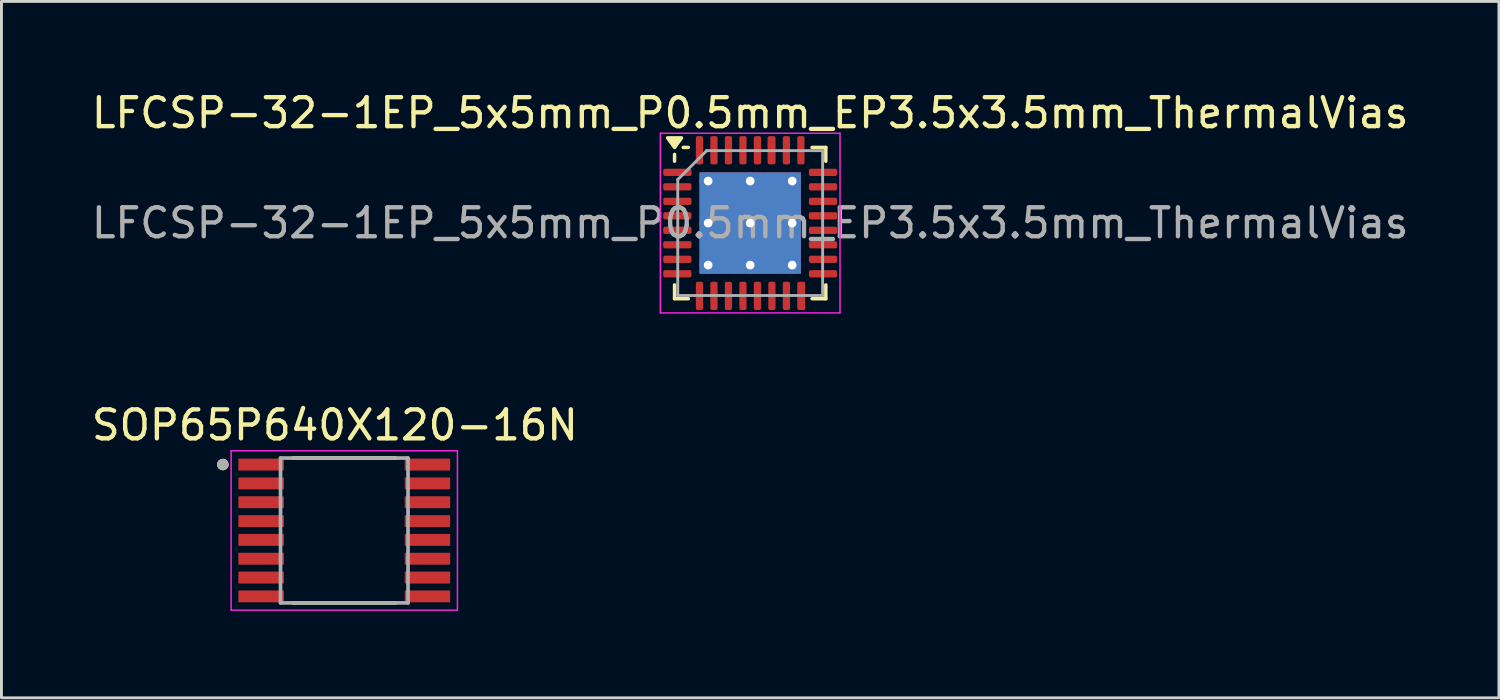
<source format=kicad_pcb>
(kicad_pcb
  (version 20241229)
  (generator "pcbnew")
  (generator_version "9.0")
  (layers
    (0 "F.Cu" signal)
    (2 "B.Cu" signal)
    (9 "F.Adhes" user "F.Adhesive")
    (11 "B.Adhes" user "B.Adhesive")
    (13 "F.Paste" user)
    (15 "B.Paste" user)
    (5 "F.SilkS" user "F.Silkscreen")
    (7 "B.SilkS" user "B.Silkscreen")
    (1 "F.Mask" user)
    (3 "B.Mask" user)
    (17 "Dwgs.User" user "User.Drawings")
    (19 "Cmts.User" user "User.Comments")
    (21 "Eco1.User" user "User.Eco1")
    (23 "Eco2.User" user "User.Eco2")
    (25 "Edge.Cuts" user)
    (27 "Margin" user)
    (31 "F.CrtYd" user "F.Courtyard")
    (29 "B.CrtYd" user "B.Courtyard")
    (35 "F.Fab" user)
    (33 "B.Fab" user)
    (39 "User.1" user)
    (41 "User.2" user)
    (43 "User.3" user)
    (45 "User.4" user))
  (footprint "SOP65P640X120-16N"
    (layer "F.Cu")
    (at 8.831 15.257)
    (property "Reference" "SOP65P640X120-16N" (at -0.325 -3.635 0) (layer "F.SilkS") (effects (font (size 1 1) (thickness 0.15))))
    (attr smd)
    (fp_line (start -1.765 -2.5) (end 1.765 -2.5) (stroke (width 0.127) (type solid)) (layer "F.SilkS"))
    (fp_line (start 1.765 2.5) (end -1.765 2.5) (stroke (width 0.127) (type solid)) (layer "F.SilkS"))
    (fp_circle (center -4.19 -2.275) (end -4.09 -2.275) (stroke (width 0.2) (type solid)) (fill no) (layer "F.SilkS"))
    (fp_line (start -3.905 -2.75) (end -3.905 2.75) (stroke (width 0.05) (type solid)) (layer "F.CrtYd"))
    (fp_line (start -3.905 -2.75) (end 3.905 -2.75) (stroke (width 0.05) (type solid)) (layer "F.CrtYd"))
    (fp_line (start -3.905 2.75) (end 3.905 2.75) (stroke (width 0.05) (type solid)) (layer "F.CrtYd"))
    (fp_line (start 3.905 -2.75) (end 3.905 2.75) (stroke (width 0.05) (type solid)) (layer "F.CrtYd"))
    (fp_line (start -2.2 -2.5) (end -2.2 2.5) (stroke (width 0.127) (type solid)) (layer "F.Fab"))
    (fp_line (start -2.2 -2.5) (end 2.2 -2.5) (stroke (width 0.127) (type solid)) (layer "F.Fab"))
    (fp_line (start -2.2 2.5) (end 2.2 2.5) (stroke (width 0.127) (type solid)) (layer "F.Fab"))
    (fp_line (start 2.2 -2.5) (end 2.2 2.5) (stroke (width 0.127) (type solid)) (layer "F.Fab"))
    (fp_circle (center -4.19 -2.275) (end -4.09 -2.275) (stroke (width 0.2) (type solid)) (fill no) (layer "F.Fab"))
    (pad "1" smd roundrect (at -2.87 -2.275) (size 1.57 0.41) (layers "F.Cu" "F.Mask" "F.Paste") (roundrect_rratio 0.05))
    (pad "2" smd roundrect (at -2.87 -1.625) (size 1.57 0.41) (layers "F.Cu" "F.Mask" "F.Paste") (roundrect_rratio 0.05))
    (pad "3" smd roundrect (at -2.87 -0.975) (size 1.57 0.41) (layers "F.Cu" "F.Mask" "F.Paste") (roundrect_rratio 0.05))
    (pad "4" smd roundrect (at -2.87 -0.325) (size 1.57 0.41) (layers "F.Cu" "F.Mask" "F.Paste") (roundrect_rratio 0.05))
    (pad "5" smd roundrect (at -2.87 0.325) (size 1.57 0.41) (layers "F.Cu" "F.Mask" "F.Paste") (roundrect_rratio 0.05))
    (pad "6" smd roundrect (at -2.87 0.975) (size 1.57 0.41) (layers "F.Cu" "F.Mask" "F.Paste") (roundrect_rratio 0.05))
    (pad "7" smd roundrect (at -2.87 1.625) (size 1.57 0.41) (layers "F.Cu" "F.Mask" "F.Paste") (roundrect_rratio 0.05))
    (pad "8" smd roundrect (at -2.87 2.275) (size 1.57 0.41) (layers "F.Cu" "F.Mask" "F.Paste") (roundrect_rratio 0.05))
    (pad "9" smd roundrect (at 2.87 2.275) (size 1.57 0.41) (layers "F.Cu" "F.Mask" "F.Paste") (roundrect_rratio 0.05))
    (pad "10" smd roundrect (at 2.87 1.625) (size 1.57 0.41) (layers "F.Cu" "F.Mask" "F.Paste") (roundrect_rratio 0.05))
    (pad "11" smd roundrect (at 2.87 0.975) (size 1.57 0.41) (layers "F.Cu" "F.Mask" "F.Paste") (roundrect_rratio 0.05))
    (pad "12" smd roundrect (at 2.87 0.325) (size 1.57 0.41) (layers "F.Cu" "F.Mask" "F.Paste") (roundrect_rratio 0.05))
    (pad "13" smd roundrect (at 2.87 -0.325) (size 1.57 0.41) (layers "F.Cu" "F.Mask" "F.Paste") (roundrect_rratio 0.05))
    (pad "14" smd roundrect (at 2.87 -0.975) (size 1.57 0.41) (layers "F.Cu" "F.Mask" "F.Paste") (roundrect_rratio 0.05))
    (pad "15" smd roundrect (at 2.87 -1.625) (size 1.57 0.41) (layers "F.Cu" "F.Mask" "F.Paste") (roundrect_rratio 0.05))
    (pad "16" smd roundrect (at 2.87 -2.275) (size 1.57 0.41) (layers "F.Cu" "F.Mask" "F.Paste") (roundrect_rratio 0.05)))
  (footprint "LFCSP-32-1EP_5x5mm_P0.5mm_EP3.5x3.5mm_ThermalVias"
    (layer "F.Cu")
    (at 22.839 4.648)
    (property "Reference" "LFCSP-32-1EP_5x5mm_P0.5mm_EP3.5x3.5mm_ThermalVias" (at 0 -3.8 0) (layer "F.SilkS") (effects (font (size 1 1) (thickness 0.15))))
    (attr smd)
    (fp_line (start -2.61 -2.135) (end -2.61 -2.37) (stroke (width 0.12) (type solid)) (layer "F.SilkS"))
    (fp_line (start -2.61 2.61) (end -2.61 2.135) (stroke (width 0.12) (type solid)) (layer "F.SilkS"))
    (fp_line (start -2.135 -2.61) (end -2.31 -2.61) (stroke (width 0.12) (type solid)) (layer "F.SilkS"))
    (fp_line (start -2.135 2.61) (end -2.61 2.61) (stroke (width 0.12) (type solid)) (layer "F.SilkS"))
    (fp_line (start 2.135 -2.61) (end 2.61 -2.61) (stroke (width 0.12) (type solid)) (layer "F.SilkS"))
    (fp_line (start 2.135 2.61) (end 2.61 2.61) (stroke (width 0.12) (type solid)) (layer "F.SilkS"))
    (fp_line (start 2.61 -2.61) (end 2.61 -2.135) (stroke (width 0.12) (type solid)) (layer "F.SilkS"))
    (fp_line (start 2.61 2.61) (end 2.61 2.135) (stroke (width 0.12) (type solid)) (layer "F.SilkS"))
    (fp_poly (pts (xy -2.61 -2.61) (xy -2.85 -2.94) (xy -2.37 -2.94) (xy -2.61 -2.61)) (stroke (width 0.12) (type solid)) (fill yes) (layer "F.SilkS"))
    (fp_line (start -3.1 -3.1) (end -3.1 3.1) (stroke (width 0.05) (type solid)) (layer "F.CrtYd"))
    (fp_line (start -3.1 3.1) (end 3.1 3.1) (stroke (width 0.05) (type solid)) (layer "F.CrtYd"))
    (fp_line (start 3.1 -3.1) (end -3.1 -3.1) (stroke (width 0.05) (type solid)) (layer "F.CrtYd"))
    (fp_line (start 3.1 3.1) (end 3.1 -3.1) (stroke (width 0.05) (type solid)) (layer "F.CrtYd"))
    (fp_line (start -2.5 -1.5) (end -1.5 -2.5) (stroke (width 0.1) (type solid)) (layer "F.Fab"))
    (fp_line (start -2.5 2.5) (end -2.5 -1.5) (stroke (width 0.1) (type solid)) (layer "F.Fab"))
    (fp_line (start -1.5 -2.5) (end 2.5 -2.5) (stroke (width 0.1) (type solid)) (layer "F.Fab"))
    (fp_line (start 2.5 -2.5) (end 2.5 2.5) (stroke (width 0.1) (type solid)) (layer "F.Fab"))
    (fp_line (start 2.5 2.5) (end -2.5 2.5) (stroke (width 0.1) (type solid)) (layer "F.Fab"))
    (fp_text user "${REFERENCE}" (at 0 0 0) (layer "F.Fab") (effects (font (size 1 1) (thickness 0.15))))
    (pad "" smd roundrect (at -0.75 -0.75) (size 1.25 1.25) (layers "F.Paste") (roundrect_rratio 0.171))
    (pad "" smd roundrect (at -0.75 0.75) (size 1.25 1.25) (layers "F.Paste") (roundrect_rratio 0.171))
    (pad "" smd roundrect (at 0.75 -0.75) (size 1.25 1.25) (layers "F.Paste") (roundrect_rratio 0.171))
    (pad "" smd roundrect (at 0.75 0.75) (size 1.25 1.25) (layers "F.Paste") (roundrect_rratio 0.171))
    (pad "1" smd roundrect (at -2.513 -1.75) (size 0.975 0.25) (layers "F.Cu" "F.Mask" "F.Paste") (roundrect_rratio 0.25))
    (pad "2" smd roundrect (at -2.513 -1.25) (size 0.975 0.25) (layers "F.Cu" "F.Mask" "F.Paste") (roundrect_rratio 0.25))
    (pad "3" smd roundrect (at -2.513 -0.75) (size 0.975 0.25) (layers "F.Cu" "F.Mask" "F.Paste") (roundrect_rratio 0.25))
    (pad "4" smd roundrect (at -2.513 -0.25) (size 0.975 0.25) (layers "F.Cu" "F.Mask" "F.Paste") (roundrect_rratio 0.25))
    (pad "5" smd roundrect (at -2.513 0.25) (size 0.975 0.25) (layers "F.Cu" "F.Mask" "F.Paste") (roundrect_rratio 0.25))
    (pad "6" smd roundrect (at -2.513 0.75) (size 0.975 0.25) (layers "F.Cu" "F.Mask" "F.Paste") (roundrect_rratio 0.25))
    (pad "7" smd roundrect (at -2.513 1.25) (size 0.975 0.25) (layers "F.Cu" "F.Mask" "F.Paste") (roundrect_rratio 0.25))
    (pad "8" smd roundrect (at -2.513 1.75) (size 0.975 0.25) (layers "F.Cu" "F.Mask" "F.Paste") (roundrect_rratio 0.25))
    (pad "9" smd roundrect (at -1.75 2.513) (size 0.25 0.975) (layers "F.Cu" "F.Mask" "F.Paste") (roundrect_rratio 0.25))
    (pad "10" smd roundrect (at -1.25 2.513) (size 0.25 0.975) (layers "F.Cu" "F.Mask" "F.Paste") (roundrect_rratio 0.25))
    (pad "11" smd roundrect (at -0.75 2.513) (size 0.25 0.975) (layers "F.Cu" "F.Mask" "F.Paste") (roundrect_rratio 0.25))
    (pad "12" smd roundrect (at -0.25 2.513) (size 0.25 0.975) (layers "F.Cu" "F.Mask" "F.Paste") (roundrect_rratio 0.25))
    (pad "13" smd roundrect (at 0.25 2.513) (size 0.25 0.975) (layers "F.Cu" "F.Mask" "F.Paste") (roundrect_rratio 0.25))
    (pad "14" smd roundrect (at 0.75 2.513) (size 0.25 0.975) (layers "F.Cu" "F.Mask" "F.Paste") (roundrect_rratio 0.25))
    (pad "15" smd roundrect (at 1.25 2.513) (size 0.25 0.975) (layers "F.Cu" "F.Mask" "F.Paste") (roundrect_rratio 0.25))
    (pad "16" smd roundrect (at 1.762 2.513) (size 0.275 0.975) (layers "F.Cu" "F.Mask" "F.Paste") (roundrect_rratio 0.25))
    (pad "17" smd roundrect (at 2.513 1.75) (size 0.975 0.25) (layers "F.Cu" "F.Mask" "F.Paste") (roundrect_rratio 0.25))
    (pad "18" smd roundrect (at 2.513 1.25) (size 0.975 0.25) (layers "F.Cu" "F.Mask" "F.Paste") (roundrect_rratio 0.25))
    (pad "19" smd roundrect (at 2.513 0.75) (size 0.975 0.25) (layers "F.Cu" "F.Mask" "F.Paste") (roundrect_rratio 0.25))
    (pad "20" smd roundrect (at 2.513 0.25) (size 0.975 0.25) (layers "F.Cu" "F.Mask" "F.Paste") (roundrect_rratio 0.25))
    (pad "21" smd roundrect (at 2.513 -0.25) (size 0.975 0.25) (layers "F.Cu" "F.Mask" "F.Paste") (roundrect_rratio 0.25))
    (pad "22" smd roundrect (at 2.513 -0.75) (size 0.975 0.25) (layers "F.Cu" "F.Mask" "F.Paste") (roundrect_rratio 0.25))
    (pad "23" smd roundrect (at 2.513 -1.25) (size 0.975 0.25) (layers "F.Cu" "F.Mask" "F.Paste") (roundrect_rratio 0.25))
    (pad "24" smd roundrect (at 2.513 -1.75) (size 0.975 0.25) (layers "F.Cu" "F.Mask" "F.Paste") (roundrect_rratio 0.25))
    (pad "25" smd roundrect (at 1.75 -2.513) (size 0.25 0.975) (layers "F.Cu" "F.Mask" "F.Paste") (roundrect_rratio 0.25))
    (pad "26" smd roundrect (at 1.25 -2.513) (size 0.25 0.975) (layers "F.Cu" "F.Mask" "F.Paste") (roundrect_rratio 0.25))
    (pad "27" smd roundrect (at 0.738 -2.513) (size 0.275 0.975) (layers "F.Cu" "F.Mask" "F.Paste") (roundrect_rratio 0.25))
    (pad "28" smd roundrect (at 0.25 -2.513) (size 0.25 0.975) (layers "F.Cu" "F.Mask" "F.Paste") (roundrect_rratio 0.25))
    (pad "29" smd roundrect (at -0.25 -2.513) (size 0.25 0.975) (layers "F.Cu" "F.Mask" "F.Paste") (roundrect_rratio 0.25))
    (pad "30" smd roundrect (at -0.75 -2.513) (size 0.25 0.975) (layers "F.Cu" "F.Mask" "F.Paste") (roundrect_rratio 0.25))
    (pad "31" smd roundrect (at -1.25 -2.513) (size 0.25 0.975) (layers "F.Cu" "F.Mask" "F.Paste") (roundrect_rratio 0.25))
    (pad "32" smd roundrect (at -1.75 -2.513) (size 0.25 0.975) (layers "F.Cu" "F.Mask" "F.Paste") (roundrect_rratio 0.25))
    (pad "33" thru_hole circle (at -1.45 -1.45) (size 0.6 0.6) (drill 0.3) (property pad_prop_heatsink) (layers "*.Cu"))
    (pad "33" thru_hole circle (at -1.45 0) (size 0.6 0.6) (drill 0.3) (property pad_prop_heatsink) (layers "*.Cu"))
    (pad "33" thru_hole circle (at -1.45 1.45) (size 0.6 0.6) (drill 0.3) (property pad_prop_heatsink) (layers "*.Cu"))
    (pad "33" thru_hole circle (at 0 -1.45) (size 0.6 0.6) (drill 0.3) (property pad_prop_heatsink) (layers "*.Cu"))
    (pad "33" thru_hole circle (at 0 0) (size 0.6 0.6) (drill 0.3) (property pad_prop_heatsink) (layers "*.Cu"))
    (pad "33" smd rect (at 0 0) (size 3.5 3.5) (property pad_prop_heatsink) (layers "F.Cu" "F.Mask"))
    (pad "33" smd rect (at 0 0) (size 3.5 3.5) (property pad_prop_heatsink) (layers "B.Cu"))
    (pad "33" thru_hole circle (at 0 1.45) (size 0.6 0.6) (drill 0.3) (property pad_prop_heatsink) (layers "*.Cu"))
    (pad "33" thru_hole circle (at 1.45 -1.45) (size 0.6 0.6) (drill 0.3) (property pad_prop_heatsink) (layers "*.Cu"))
    (pad "33" thru_hole circle (at 1.45 0) (size 0.6 0.6) (drill 0.3) (property pad_prop_heatsink) (layers "*.Cu"))
    (pad "33" thru_hole circle (at 1.45 1.45) (size 0.6 0.6) (drill 0.3) (property pad_prop_heatsink) (layers "*.Cu")))
  (gr_rect
    (start -3 -3)
    (end 48.679 21.032)
    (stroke (width 0.1) (type default))
    (fill no)
    (layer "Edge.Cuts")))
</source>
